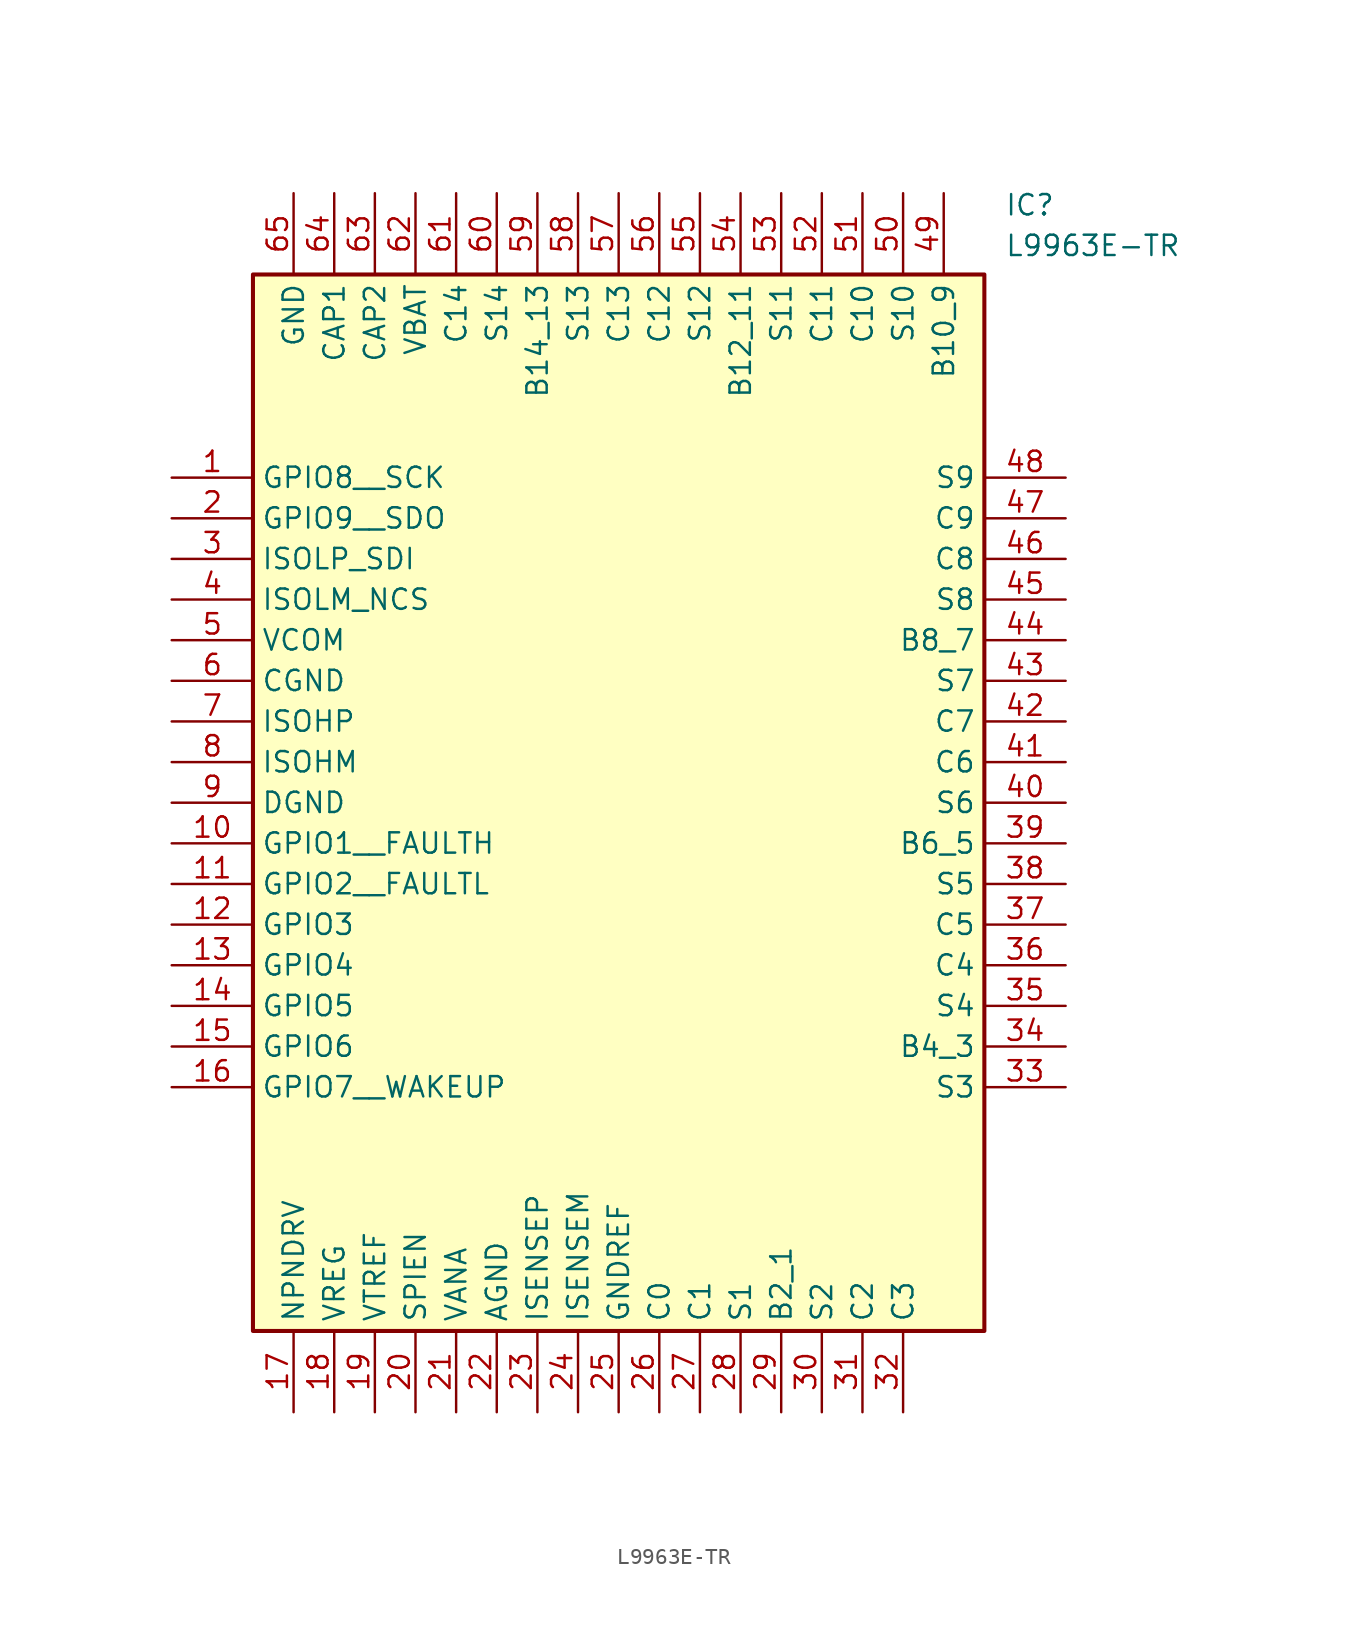
<source format=kicad_sym>
(kicad_symbol_lib
  (version 20211014)
  (generator SamacSys_ECAD_Model)
  (symbol "L9963E-TR"
    (property "Reference" "IC"
      (at 52.07 17.78 0)
      (effects (font (size 1.27 1.27)) (justify left top)))
    (property "Value" "L9963E-TR"
      (at 52.07 15.24 0)
      (effects (font (size 1.27 1.27)) (justify left top)))
    (rectangle
      (start 5.08 12.7)
      (end 50.8 -53.34)
      (stroke (width 0.254) (type default))
      (fill (type background)))
    (pin passive line
      (at 0 0 0)
      (length 5.08)
      (name "GPIO8__SCK" (effects (font (size 1.27 1.27))))
      (number "1" (effects (font (size 1.27 1.27)))))
    (pin passive line
      (at 0 -2.54 0)
      (length 5.08)
      (name "GPIO9__SDO" (effects (font (size 1.27 1.27))))
      (number "2" (effects (font (size 1.27 1.27)))))
    (pin passive line
      (at 0 -5.08 0)
      (length 5.08)
      (name "ISOLP_SDI" (effects (font (size 1.27 1.27))))
      (number "3" (effects (font (size 1.27 1.27)))))
    (pin passive line
      (at 0 -7.62 0)
      (length 5.08)
      (name "ISOLM_NCS" (effects (font (size 1.27 1.27))))
      (number "4" (effects (font (size 1.27 1.27)))))
    (pin passive line
      (at 0 -10.16 0)
      (length 5.08)
      (name "VCOM" (effects (font (size 1.27 1.27))))
      (number "5" (effects (font (size 1.27 1.27)))))
    (pin passive line
      (at 0 -12.7 0)
      (length 5.08)
      (name "CGND" (effects (font (size 1.27 1.27))))
      (number "6" (effects (font (size 1.27 1.27)))))
    (pin passive line
      (at 0 -15.24 0)
      (length 5.08)
      (name "ISOHP" (effects (font (size 1.27 1.27))))
      (number "7" (effects (font (size 1.27 1.27)))))
    (pin passive line
      (at 0 -17.78 0)
      (length 5.08)
      (name "ISOHM" (effects (font (size 1.27 1.27))))
      (number "8" (effects (font (size 1.27 1.27)))))
    (pin passive line
      (at 0 -20.32 0)
      (length 5.08)
      (name "DGND" (effects (font (size 1.27 1.27))))
      (number "9" (effects (font (size 1.27 1.27)))))
    (pin passive line
      (at 0 -22.86 0)
      (length 5.08)
      (name "GPIO1__FAULTH" (effects (font (size 1.27 1.27))))
      (number "10" (effects (font (size 1.27 1.27)))))
    (pin passive line
      (at 0 -25.4 0)
      (length 5.08)
      (name "GPIO2__FAULTL" (effects (font (size 1.27 1.27))))
      (number "11" (effects (font (size 1.27 1.27)))))
    (pin passive line
      (at 0 -27.94 0)
      (length 5.08)
      (name "GPIO3" (effects (font (size 1.27 1.27))))
      (number "12" (effects (font (size 1.27 1.27)))))
    (pin passive line
      (at 0 -30.48 0)
      (length 5.08)
      (name "GPIO4" (effects (font (size 1.27 1.27))))
      (number "13" (effects (font (size 1.27 1.27)))))
    (pin passive line
      (at 0 -33.02 0)
      (length 5.08)
      (name "GPIO5" (effects (font (size 1.27 1.27))))
      (number "14" (effects (font (size 1.27 1.27)))))
    (pin passive line
      (at 0 -35.56 0)
      (length 5.08)
      (name "GPIO6" (effects (font (size 1.27 1.27))))
      (number "15" (effects (font (size 1.27 1.27)))))
    (pin passive line
      (at 0 -38.1 0)
      (length 5.08)
      (name "GPIO7__WAKEUP" (effects (font (size 1.27 1.27))))
      (number "16" (effects (font (size 1.27 1.27)))))
    (pin passive line
      (at 7.62 -58.42 90)
      (length 5.08)
      (name "NPNDRV" (effects (font (size 1.27 1.27))))
      (number "17" (effects (font (size 1.27 1.27)))))
    (pin passive line
      (at 10.16 -58.42 90)
      (length 5.08)
      (name "VREG" (effects (font (size 1.27 1.27))))
      (number "18" (effects (font (size 1.27 1.27)))))
    (pin passive line
      (at 12.7 -58.42 90)
      (length 5.08)
      (name "VTREF" (effects (font (size 1.27 1.27))))
      (number "19" (effects (font (size 1.27 1.27)))))
    (pin passive line
      (at 15.24 -58.42 90)
      (length 5.08)
      (name "SPIEN" (effects (font (size 1.27 1.27))))
      (number "20" (effects (font (size 1.27 1.27)))))
    (pin passive line
      (at 17.78 -58.42 90)
      (length 5.08)
      (name "VANA" (effects (font (size 1.27 1.27))))
      (number "21" (effects (font (size 1.27 1.27)))))
    (pin passive line
      (at 20.32 -58.42 90)
      (length 5.08)
      (name "AGND" (effects (font (size 1.27 1.27))))
      (number "22" (effects (font (size 1.27 1.27)))))
    (pin passive line
      (at 22.86 -58.42 90)
      (length 5.08)
      (name "ISENSEP" (effects (font (size 1.27 1.27))))
      (number "23" (effects (font (size 1.27 1.27)))))
    (pin passive line
      (at 25.4 -58.42 90)
      (length 5.08)
      (name "ISENSEM" (effects (font (size 1.27 1.27))))
      (number "24" (effects (font (size 1.27 1.27)))))
    (pin passive line
      (at 27.94 -58.42 90)
      (length 5.08)
      (name "GNDREF" (effects (font (size 1.27 1.27))))
      (number "25" (effects (font (size 1.27 1.27)))))
    (pin passive line
      (at 30.48 -58.42 90)
      (length 5.08)
      (name "C0" (effects (font (size 1.27 1.27))))
      (number "26" (effects (font (size 1.27 1.27)))))
    (pin passive line
      (at 33.02 -58.42 90)
      (length 5.08)
      (name "C1" (effects (font (size 1.27 1.27))))
      (number "27" (effects (font (size 1.27 1.27)))))
    (pin passive line
      (at 35.56 -58.42 90)
      (length 5.08)
      (name "S1" (effects (font (size 1.27 1.27))))
      (number "28" (effects (font (size 1.27 1.27)))))
    (pin passive line
      (at 38.1 -58.42 90)
      (length 5.08)
      (name "B2_1" (effects (font (size 1.27 1.27))))
      (number "29" (effects (font (size 1.27 1.27)))))
    (pin passive line
      (at 40.64 -58.42 90)
      (length 5.08)
      (name "S2" (effects (font (size 1.27 1.27))))
      (number "30" (effects (font (size 1.27 1.27)))))
    (pin passive line
      (at 43.18 -58.42 90)
      (length 5.08)
      (name "C2" (effects (font (size 1.27 1.27))))
      (number "31" (effects (font (size 1.27 1.27)))))
    (pin passive line
      (at 45.72 -58.42 90)
      (length 5.08)
      (name "C3" (effects (font (size 1.27 1.27))))
      (number "32" (effects (font (size 1.27 1.27)))))
    (pin passive line
      (at 55.88 0 180)
      (length 5.08)
      (name "S9" (effects (font (size 1.27 1.27))))
      (number "48" (effects (font (size 1.27 1.27)))))
    (pin passive line
      (at 55.88 -2.54 180)
      (length 5.08)
      (name "C9" (effects (font (size 1.27 1.27))))
      (number "47" (effects (font (size 1.27 1.27)))))
    (pin passive line
      (at 55.88 -5.08 180)
      (length 5.08)
      (name "C8" (effects (font (size 1.27 1.27))))
      (number "46" (effects (font (size 1.27 1.27)))))
    (pin passive line
      (at 55.88 -7.62 180)
      (length 5.08)
      (name "S8" (effects (font (size 1.27 1.27))))
      (number "45" (effects (font (size 1.27 1.27)))))
    (pin passive line
      (at 55.88 -10.16 180)
      (length 5.08)
      (name "B8_7" (effects (font (size 1.27 1.27))))
      (number "44" (effects (font (size 1.27 1.27)))))
    (pin passive line
      (at 55.88 -12.7 180)
      (length 5.08)
      (name "S7" (effects (font (size 1.27 1.27))))
      (number "43" (effects (font (size 1.27 1.27)))))
    (pin passive line
      (at 55.88 -15.24 180)
      (length 5.08)
      (name "C7" (effects (font (size 1.27 1.27))))
      (number "42" (effects (font (size 1.27 1.27)))))
    (pin passive line
      (at 55.88 -17.78 180)
      (length 5.08)
      (name "C6" (effects (font (size 1.27 1.27))))
      (number "41" (effects (font (size 1.27 1.27)))))
    (pin passive line
      (at 55.88 -20.32 180)
      (length 5.08)
      (name "S6" (effects (font (size 1.27 1.27))))
      (number "40" (effects (font (size 1.27 1.27)))))
    (pin passive line
      (at 55.88 -22.86 180)
      (length 5.08)
      (name "B6_5" (effects (font (size 1.27 1.27))))
      (number "39" (effects (font (size 1.27 1.27)))))
    (pin passive line
      (at 55.88 -25.4 180)
      (length 5.08)
      (name "S5" (effects (font (size 1.27 1.27))))
      (number "38" (effects (font (size 1.27 1.27)))))
    (pin passive line
      (at 55.88 -27.94 180)
      (length 5.08)
      (name "C5" (effects (font (size 1.27 1.27))))
      (number "37" (effects (font (size 1.27 1.27)))))
    (pin passive line
      (at 55.88 -30.48 180)
      (length 5.08)
      (name "C4" (effects (font (size 1.27 1.27))))
      (number "36" (effects (font (size 1.27 1.27)))))
    (pin passive line
      (at 55.88 -33.02 180)
      (length 5.08)
      (name "S4" (effects (font (size 1.27 1.27))))
      (number "35" (effects (font (size 1.27 1.27)))))
    (pin passive line
      (at 55.88 -35.56 180)
      (length 5.08)
      (name "B4_3" (effects (font (size 1.27 1.27))))
      (number "34" (effects (font (size 1.27 1.27)))))
    (pin passive line
      (at 55.88 -38.1 180)
      (length 5.08)
      (name "S3" (effects (font (size 1.27 1.27))))
      (number "33" (effects (font (size 1.27 1.27)))))
    (pin passive line
      (at 7.62 17.78 270)
      (length 5.08)
      (name "GND" (effects (font (size 1.27 1.27))))
      (number "65" (effects (font (size 1.27 1.27)))))
    (pin passive line
      (at 10.16 17.78 270)
      (length 5.08)
      (name "CAP1" (effects (font (size 1.27 1.27))))
      (number "64" (effects (font (size 1.27 1.27)))))
    (pin passive line
      (at 12.7 17.78 270)
      (length 5.08)
      (name "CAP2" (effects (font (size 1.27 1.27))))
      (number "63" (effects (font (size 1.27 1.27)))))
    (pin passive line
      (at 15.24 17.78 270)
      (length 5.08)
      (name "VBAT" (effects (font (size 1.27 1.27))))
      (number "62" (effects (font (size 1.27 1.27)))))
    (pin passive line
      (at 17.78 17.78 270)
      (length 5.08)
      (name "C14" (effects (font (size 1.27 1.27))))
      (number "61" (effects (font (size 1.27 1.27)))))
    (pin passive line
      (at 20.32 17.78 270)
      (length 5.08)
      (name "S14" (effects (font (size 1.27 1.27))))
      (number "60" (effects (font (size 1.27 1.27)))))
    (pin passive line
      (at 22.86 17.78 270)
      (length 5.08)
      (name "B14_13" (effects (font (size 1.27 1.27))))
      (number "59" (effects (font (size 1.27 1.27)))))
    (pin passive line
      (at 25.4 17.78 270)
      (length 5.08)
      (name "S13" (effects (font (size 1.27 1.27))))
      (number "58" (effects (font (size 1.27 1.27)))))
    (pin passive line
      (at 27.94 17.78 270)
      (length 5.08)
      (name "C13" (effects (font (size 1.27 1.27))))
      (number "57" (effects (font (size 1.27 1.27)))))
    (pin passive line
      (at 30.48 17.78 270)
      (length 5.08)
      (name "C12" (effects (font (size 1.27 1.27))))
      (number "56" (effects (font (size 1.27 1.27)))))
    (pin passive line
      (at 33.02 17.78 270)
      (length 5.08)
      (name "S12" (effects (font (size 1.27 1.27))))
      (number "55" (effects (font (size 1.27 1.27)))))
    (pin passive line
      (at 35.56 17.78 270)
      (length 5.08)
      (name "B12_11" (effects (font (size 1.27 1.27))))
      (number "54" (effects (font (size 1.27 1.27)))))
    (pin passive line
      (at 38.1 17.78 270)
      (length 5.08)
      (name "S11" (effects (font (size 1.27 1.27))))
      (number "53" (effects (font (size 1.27 1.27)))))
    (pin passive line
      (at 40.64 17.78 270)
      (length 5.08)
      (name "C11" (effects (font (size 1.27 1.27))))
      (number "52" (effects (font (size 1.27 1.27)))))
    (pin passive line
      (at 43.18 17.78 270)
      (length 5.08)
      (name "C10" (effects (font (size 1.27 1.27))))
      (number "51" (effects (font (size 1.27 1.27)))))
    (pin passive line
      (at 45.72 17.78 270)
      (length 5.08)
      (name "S10" (effects (font (size 1.27 1.27))))
      (number "50" (effects (font (size 1.27 1.27)))))
    (pin passive line
      (at 48.26 17.78 270)
      (length 5.08)
      (name "B10_9" (effects (font (size 1.27 1.27))))
      (number "49" (effects (font (size 1.27 1.27)))))))
</source>
